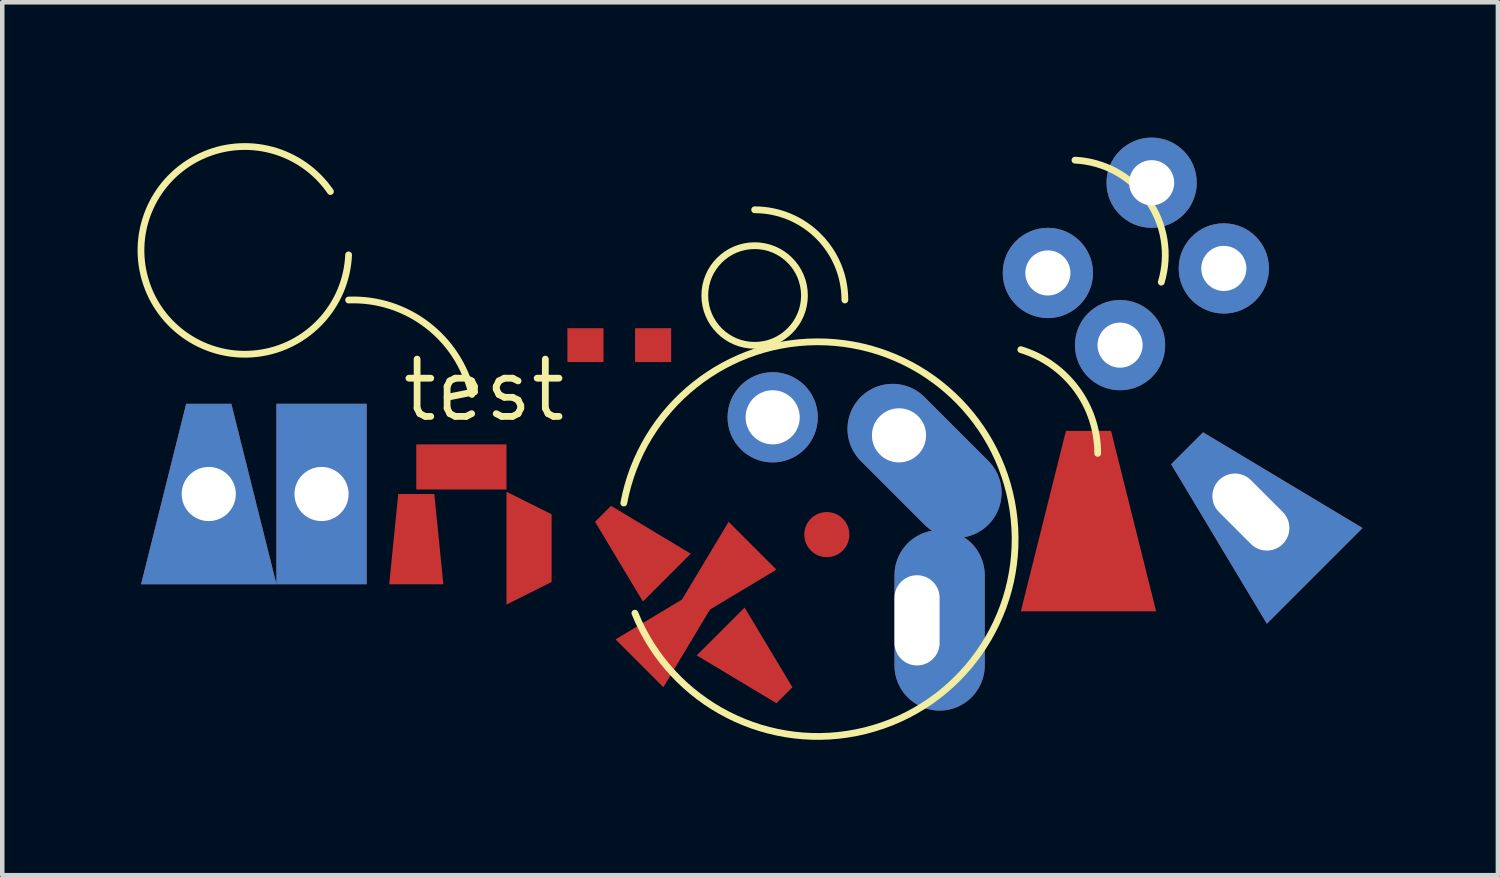
<source format=kicad_pcb>
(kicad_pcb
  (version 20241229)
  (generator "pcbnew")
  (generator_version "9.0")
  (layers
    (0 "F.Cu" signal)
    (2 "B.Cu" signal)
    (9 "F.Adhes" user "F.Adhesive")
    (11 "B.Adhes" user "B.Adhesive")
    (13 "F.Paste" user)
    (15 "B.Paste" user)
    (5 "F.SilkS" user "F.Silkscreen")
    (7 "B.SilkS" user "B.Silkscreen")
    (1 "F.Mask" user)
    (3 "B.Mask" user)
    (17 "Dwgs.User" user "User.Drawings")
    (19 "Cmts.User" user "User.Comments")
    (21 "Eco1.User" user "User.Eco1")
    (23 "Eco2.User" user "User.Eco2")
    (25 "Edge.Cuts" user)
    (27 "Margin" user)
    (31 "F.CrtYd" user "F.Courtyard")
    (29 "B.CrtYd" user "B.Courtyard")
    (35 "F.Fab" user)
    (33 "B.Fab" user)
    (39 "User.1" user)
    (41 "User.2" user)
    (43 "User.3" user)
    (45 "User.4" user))
  (footprint "test"
    (layer "F.Cu")
    (at 7.677 5.6)
    (property "Reference" "test" (at 0 0 0) (layer "F.SilkS") (effects (font (size 1.27 1.27) (thickness 0.15))))
    (attr smd)
    (fp_arc (start -3 -3) (mid -7.512886 -2.465069) (end -3.402913 -4.404247) (stroke (width 0.15) (type solid)) (layer "F.SilkS"))
    (fp_arc (start -3 -2) (mid -1.257383 -1.445182) (end -0.26734 0.092463) (stroke (width 0.15) (type solid)) (layer "F.SilkS"))
    (fp_arc (start 3.1 2.5) (mid 11.75179 2.861911) (end 3.345733 4.941013) (stroke (width 0.15) (type solid)) (layer "F.SilkS"))
    (fp_arc (start 6 -4) (mid 7.414214 -3.414214) (end 8 -2) (stroke (width 0.15) (type solid)) (layer "F.SilkS"))
    (fp_arc (start 11.9 -0.9) (mid 13.131698 -0.031273) (end 13.604163 1.4) (stroke (width 0.15) (type solid)) (layer "F.SilkS"))
    (fp_arc (start 13.1 -5.1) (mid 14.716102 -4.214493) (end 15.013714 -2.395886) (stroke (width 0.15) (type solid)) (layer "F.SilkS"))
    (fp_circle (center 6 -2.1) (end 4.9 -2) (stroke (width 0.15) (type solid)) (fill no) (layer "F.SilkS"))
    (pad "" np_thru_hole trapezoid (at 17 2.7 45) (size 2 4) (rect_delta 0 1) (drill oval 1 2) (layers "*.Cu" "*.Mask"))
    (pad "1" smd rect (at 2.25 -1) (size 0.8 0.75) (layers "F.Cu" "F.Mask" "F.Paste"))
    (pad "2" smd rect (at 3.75 -1) (size 0.8 0.75) (layers "F.Cu" "F.Mask" "F.Paste"))
    (pad "3" smd rect (at -1 2 90) (size 1 2) (drill (offset 0.3 0.5)) (layers "F.Cu" "F.Mask" "F.Paste"))
    (pad "4" smd trapezoid (at -1.5 3.3) (size 1 2) (rect_delta 0 0.2) (layers "F.Cu" "F.Mask" "F.Paste"))
    (pad "5" smd trapezoid (at 1 3.5) (size 1 2) (rect_delta 0.5 0) (layers "F.Cu" "F.Mask" "F.Paste"))
    (pad "6" smd trapezoid (at 3.7 3.8 45) (size 1 2) (rect_delta 0 0.5) (drill (offset 0 -0.5)) (layers "F.Cu" "F.Mask" "F.Paste"))
    (pad "6" smd trapezoid (at 3.8 5.7 315) (size 1 2) (rect_delta 0 0.5) (drill (offset 0 -0.5)) (layers "F.Cu" "F.Mask" "F.Paste"))
    (pad "6" smd trapezoid (at 5.6 3.8 135) (size 1 2) (rect_delta 0 0.5) (drill (offset 0 -0.5)) (layers "F.Cu" "F.Mask" "F.Paste"))
    (pad "6" smd trapezoid (at 5.6 5.7 225) (size 1 2) (rect_delta 0 0.5) (drill (offset 0 -0.5)) (layers "F.Cu" "F.Mask" "F.Paste"))
    (pad "7" smd circle (at 7.6 3.2) (size 1 1) (layers "F.Cu" "F.Mask" "F.Paste"))
    (pad "8" thru_hole circle (at 6.4 0.6) (size 2 2) (drill 1.2) (layers "*.Cu" "*.Mask" "F.Paste"))
    (pad "9" thru_hole oval (at 9.2 1 45) (size 2 4) (drill 1.2 (offset 0 0.8)) (layers "*.Cu" "*.Mask" "F.Paste"))
    (pad "10" thru_hole rect (at -3.6 2.3) (size 2 4) (drill 1.2) (layers "*.Cu" "*.Mask" "F.Paste"))
    (pad "11" thru_hole trapezoid (at -6.1 2.3) (size 2 4) (rect_delta 0 1) (drill 1.2) (layers "*.Cu" "*.Mask" "F.Paste"))
    (pad "11" thru_hole oval (at 9.6 5.1) (size 2 4) (drill oval 1 2 (offset 0.5 0)) (layers "*.Cu" "*.Mask"))
    (pad "12" connect trapezoid (at 13.4 2.9) (size 2 4) (rect_delta 0 1) (layers "F.Cu" "F.Mask"))
    (pad "13" thru_hole circle (at 12.5 -2.6 135) (size 2 2) (drill 1) (layers "*.Cu" "*.Mask"))
    (pad "13" thru_hole circle (at 14.1 -1 135) (size 2 2) (drill 1) (layers "*.Cu" "*.Mask"))
    (pad "13" thru_hole circle (at 14.8 -4.6 135) (size 2 2) (drill 1) (layers "*.Cu" "*.Mask"))
    (pad "13" thru_hole circle (at 16.4 -2.7 135) (size 2 2) (drill 1) (layers "*.Cu" "*.Mask")))
  (gr_rect
    (start -3 -3)
    (end 30.152 16.349)
    (stroke (width 0.1) (type default))
    (fill no)
    (layer "Edge.Cuts")))
</source>
